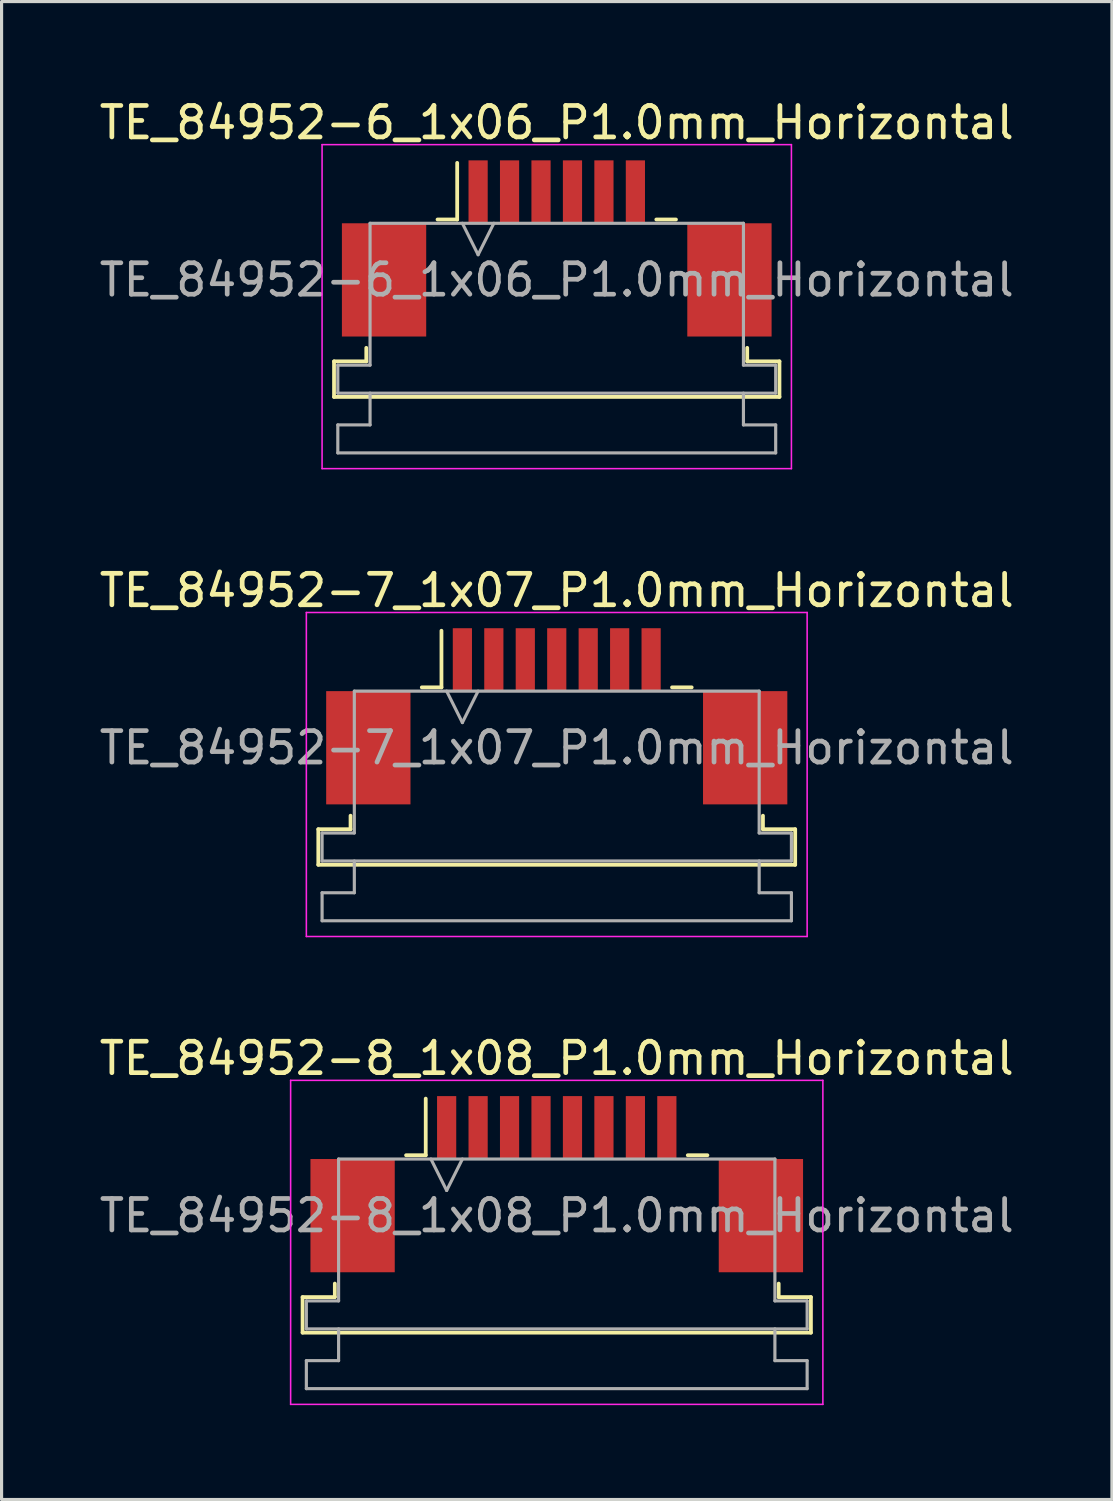
<source format=kicad_pcb>
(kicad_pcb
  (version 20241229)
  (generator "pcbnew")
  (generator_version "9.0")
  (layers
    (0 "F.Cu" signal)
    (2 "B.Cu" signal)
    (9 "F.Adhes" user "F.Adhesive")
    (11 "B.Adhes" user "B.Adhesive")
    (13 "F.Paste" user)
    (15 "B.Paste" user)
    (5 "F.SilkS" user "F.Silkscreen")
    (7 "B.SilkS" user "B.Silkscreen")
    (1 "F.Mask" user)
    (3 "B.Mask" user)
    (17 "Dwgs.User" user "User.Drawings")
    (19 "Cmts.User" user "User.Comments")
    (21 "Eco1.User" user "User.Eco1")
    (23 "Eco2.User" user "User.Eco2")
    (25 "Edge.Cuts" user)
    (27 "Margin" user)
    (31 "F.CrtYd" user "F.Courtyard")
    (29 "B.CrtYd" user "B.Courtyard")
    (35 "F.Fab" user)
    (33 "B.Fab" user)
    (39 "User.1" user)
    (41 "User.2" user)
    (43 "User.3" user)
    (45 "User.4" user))
  (footprint "TE_84952-8_1x08_P1.0mm_Horizontal"
    (layer "F.Cu")
    (at 14.649 34.595)
    (property "Reference" "TE_84952-8_1x08_P1.0mm_Horizontal" (at 0 -4 0) (layer "F.SilkS") (effects (font (size 1 1) (thickness 0.15))))
    (attr smd)
    (fp_line (start -8.08 3.59) (end -7.055 3.59) (stroke (width 0.12) (type solid)) (layer "F.SilkS"))
    (fp_line (start -8.08 4.72) (end -8.08 3.59) (stroke (width 0.12) (type solid)) (layer "F.SilkS"))
    (fp_line (start -7.055 3.59) (end -7.055 3.16) (stroke (width 0.12) (type solid)) (layer "F.SilkS"))
    (fp_line (start -4.79 -0.92) (end -4.165 -0.92) (stroke (width 0.12) (type solid)) (layer "F.SilkS"))
    (fp_line (start -4.165 -0.92) (end -4.165 -2.72) (stroke (width 0.12) (type solid)) (layer "F.SilkS"))
    (fp_line (start 4.165 -0.92) (end 4.79 -0.92) (stroke (width 0.12) (type solid)) (layer "F.SilkS"))
    (fp_line (start 7.055 3.16) (end 7.055 3.59) (stroke (width 0.12) (type solid)) (layer "F.SilkS"))
    (fp_line (start 7.055 3.59) (end 8.08 3.59) (stroke (width 0.12) (type solid)) (layer "F.SilkS"))
    (fp_line (start 8.08 3.59) (end 8.08 4.72) (stroke (width 0.12) (type solid)) (layer "F.SilkS"))
    (fp_line (start 8.08 4.72) (end -8.08 4.72) (stroke (width 0.12) (type solid)) (layer "F.SilkS"))
    (fp_line (start -8.46 -3.3) (end -8.46 7) (stroke (width 0.05) (type solid)) (layer "F.CrtYd"))
    (fp_line (start -8.46 7) (end 8.46 7) (stroke (width 0.05) (type solid)) (layer "F.CrtYd"))
    (fp_line (start 8.46 -3.3) (end -8.46 -3.3) (stroke (width 0.05) (type solid)) (layer "F.CrtYd"))
    (fp_line (start 8.46 7) (end 8.46 -3.3) (stroke (width 0.05) (type solid)) (layer "F.CrtYd"))
    (fp_line (start -7.96 3.71) (end -6.935 3.71) (stroke (width 0.1) (type solid)) (layer "F.Fab"))
    (fp_line (start -7.96 4.6) (end -7.96 3.71) (stroke (width 0.1) (type solid)) (layer "F.Fab"))
    (fp_line (start -7.96 5.61) (end -6.935 5.61) (stroke (width 0.1) (type solid)) (layer "F.Fab"))
    (fp_line (start -7.96 6.5) (end -7.96 5.61) (stroke (width 0.1) (type solid)) (layer "F.Fab"))
    (fp_line (start -6.935 -0.8) (end 6.935 -0.8) (stroke (width 0.1) (type solid)) (layer "F.Fab"))
    (fp_line (start -6.935 3.71) (end -6.935 -0.8) (stroke (width 0.1) (type solid)) (layer "F.Fab"))
    (fp_line (start -6.935 5.61) (end -6.935 4.6) (stroke (width 0.1) (type solid)) (layer "F.Fab"))
    (fp_line (start -4 -0.8) (end -3.5 0.2) (stroke (width 0.1) (type solid)) (layer "F.Fab"))
    (fp_line (start -3.5 0.2) (end -3 -0.8) (stroke (width 0.1) (type solid)) (layer "F.Fab"))
    (fp_line (start 6.935 -0.8) (end 6.935 3.71) (stroke (width 0.1) (type solid)) (layer "F.Fab"))
    (fp_line (start 6.935 3.71) (end 7.96 3.71) (stroke (width 0.1) (type solid)) (layer "F.Fab"))
    (fp_line (start 6.935 4.6) (end 6.935 5.61) (stroke (width 0.1) (type solid)) (layer "F.Fab"))
    (fp_line (start 6.935 5.61) (end 7.96 5.61) (stroke (width 0.1) (type solid)) (layer "F.Fab"))
    (fp_line (start 7.96 3.71) (end 7.96 4.6) (stroke (width 0.1) (type solid)) (layer "F.Fab"))
    (fp_line (start 7.96 4.6) (end -7.96 4.6) (stroke (width 0.1) (type solid)) (layer "F.Fab"))
    (fp_line (start 7.96 5.61) (end 7.96 6.5) (stroke (width 0.1) (type solid)) (layer "F.Fab"))
    (fp_line (start 7.96 6.5) (end -7.96 6.5) (stroke (width 0.1) (type solid)) (layer "F.Fab"))
    (fp_text user "${REFERENCE}" (at 0 1 0) (layer "F.Fab") (effects (font (size 1 1) (thickness 0.15))))
    (pad "" smd rect (at -6.49 1) (size 2.68 3.6) (layers "F.Cu" "F.Mask" "F.Paste"))
    (pad "" smd rect (at 6.49 1) (size 2.68 3.6) (layers "F.Cu" "F.Mask" "F.Paste"))
    (pad "1" smd rect (at -3.5 -1.8) (size 0.61 2) (layers "F.Cu" "F.Mask" "F.Paste"))
    (pad "2" smd rect (at -2.5 -1.8) (size 0.61 2) (layers "F.Cu" "F.Mask" "F.Paste"))
    (pad "3" smd rect (at -1.5 -1.8) (size 0.61 2) (layers "F.Cu" "F.Mask" "F.Paste"))
    (pad "4" smd rect (at -0.5 -1.8) (size 0.61 2) (layers "F.Cu" "F.Mask" "F.Paste"))
    (pad "5" smd rect (at 0.5 -1.8) (size 0.61 2) (layers "F.Cu" "F.Mask" "F.Paste"))
    (pad "6" smd rect (at 1.5 -1.8) (size 0.61 2) (layers "F.Cu" "F.Mask" "F.Paste"))
    (pad "7" smd rect (at 2.5 -1.8) (size 0.61 2) (layers "F.Cu" "F.Mask" "F.Paste"))
    (pad "8" smd rect (at 3.5 -1.8) (size 0.61 2) (layers "F.Cu" "F.Mask" "F.Paste")))
  (footprint "TE_84952-6_1x06_P1.0mm_Horizontal"
    (layer "F.Cu")
    (at 14.649 4.848)
    (property "Reference" "TE_84952-6_1x06_P1.0mm_Horizontal" (at 0 -4 0) (layer "F.SilkS") (effects (font (size 1 1) (thickness 0.15))))
    (attr smd)
    (fp_line (start -7.08 3.59) (end -6.055 3.59) (stroke (width 0.12) (type solid)) (layer "F.SilkS"))
    (fp_line (start -7.08 4.72) (end -7.08 3.59) (stroke (width 0.12) (type solid)) (layer "F.SilkS"))
    (fp_line (start -6.055 3.59) (end -6.055 3.16) (stroke (width 0.12) (type solid)) (layer "F.SilkS"))
    (fp_line (start -3.79 -0.92) (end -3.165 -0.92) (stroke (width 0.12) (type solid)) (layer "F.SilkS"))
    (fp_line (start -3.165 -0.92) (end -3.165 -2.72) (stroke (width 0.12) (type solid)) (layer "F.SilkS"))
    (fp_line (start 3.165 -0.92) (end 3.79 -0.92) (stroke (width 0.12) (type solid)) (layer "F.SilkS"))
    (fp_line (start 6.055 3.16) (end 6.055 3.59) (stroke (width 0.12) (type solid)) (layer "F.SilkS"))
    (fp_line (start 6.055 3.59) (end 7.08 3.59) (stroke (width 0.12) (type solid)) (layer "F.SilkS"))
    (fp_line (start 7.08 3.59) (end 7.08 4.72) (stroke (width 0.12) (type solid)) (layer "F.SilkS"))
    (fp_line (start 7.08 4.72) (end -7.08 4.72) (stroke (width 0.12) (type solid)) (layer "F.SilkS"))
    (fp_line (start -7.46 -3.3) (end -7.46 7) (stroke (width 0.05) (type solid)) (layer "F.CrtYd"))
    (fp_line (start -7.46 7) (end 7.46 7) (stroke (width 0.05) (type solid)) (layer "F.CrtYd"))
    (fp_line (start 7.46 -3.3) (end -7.46 -3.3) (stroke (width 0.05) (type solid)) (layer "F.CrtYd"))
    (fp_line (start 7.46 7) (end 7.46 -3.3) (stroke (width 0.05) (type solid)) (layer "F.CrtYd"))
    (fp_line (start -6.96 3.71) (end -5.935 3.71) (stroke (width 0.1) (type solid)) (layer "F.Fab"))
    (fp_line (start -6.96 4.6) (end -6.96 3.71) (stroke (width 0.1) (type solid)) (layer "F.Fab"))
    (fp_line (start -6.96 5.61) (end -5.935 5.61) (stroke (width 0.1) (type solid)) (layer "F.Fab"))
    (fp_line (start -6.96 6.5) (end -6.96 5.61) (stroke (width 0.1) (type solid)) (layer "F.Fab"))
    (fp_line (start -5.935 -0.8) (end 5.935 -0.8) (stroke (width 0.1) (type solid)) (layer "F.Fab"))
    (fp_line (start -5.935 3.71) (end -5.935 -0.8) (stroke (width 0.1) (type solid)) (layer "F.Fab"))
    (fp_line (start -5.935 5.61) (end -5.935 4.6) (stroke (width 0.1) (type solid)) (layer "F.Fab"))
    (fp_line (start -3 -0.8) (end -2.5 0.2) (stroke (width 0.1) (type solid)) (layer "F.Fab"))
    (fp_line (start -2.5 0.2) (end -2 -0.8) (stroke (width 0.1) (type solid)) (layer "F.Fab"))
    (fp_line (start 5.935 -0.8) (end 5.935 3.71) (stroke (width 0.1) (type solid)) (layer "F.Fab"))
    (fp_line (start 5.935 3.71) (end 6.96 3.71) (stroke (width 0.1) (type solid)) (layer "F.Fab"))
    (fp_line (start 5.935 4.6) (end 5.935 5.61) (stroke (width 0.1) (type solid)) (layer "F.Fab"))
    (fp_line (start 5.935 5.61) (end 6.96 5.61) (stroke (width 0.1) (type solid)) (layer "F.Fab"))
    (fp_line (start 6.96 3.71) (end 6.96 4.6) (stroke (width 0.1) (type solid)) (layer "F.Fab"))
    (fp_line (start 6.96 4.6) (end -6.96 4.6) (stroke (width 0.1) (type solid)) (layer "F.Fab"))
    (fp_line (start 6.96 5.61) (end 6.96 6.5) (stroke (width 0.1) (type solid)) (layer "F.Fab"))
    (fp_line (start 6.96 6.5) (end -6.96 6.5) (stroke (width 0.1) (type solid)) (layer "F.Fab"))
    (fp_text user "${REFERENCE}" (at 0 1 0) (layer "F.Fab") (effects (font (size 1 1) (thickness 0.15))))
    (pad "" smd rect (at -5.49 1) (size 2.68 3.6) (layers "F.Cu" "F.Mask" "F.Paste"))
    (pad "" smd rect (at 5.49 1) (size 2.68 3.6) (layers "F.Cu" "F.Mask" "F.Paste"))
    (pad "1" smd rect (at -2.5 -1.8) (size 0.61 2) (layers "F.Cu" "F.Mask" "F.Paste"))
    (pad "2" smd rect (at -1.5 -1.8) (size 0.61 2) (layers "F.Cu" "F.Mask" "F.Paste"))
    (pad "3" smd rect (at -0.5 -1.8) (size 0.61 2) (layers "F.Cu" "F.Mask" "F.Paste"))
    (pad "4" smd rect (at 0.5 -1.8) (size 0.61 2) (layers "F.Cu" "F.Mask" "F.Paste"))
    (pad "5" smd rect (at 1.5 -1.8) (size 0.61 2) (layers "F.Cu" "F.Mask" "F.Paste"))
    (pad "6" smd rect (at 2.5 -1.8) (size 0.61 2) (layers "F.Cu" "F.Mask" "F.Paste")))
  (footprint "TE_84952-7_1x07_P1.0mm_Horizontal"
    (layer "F.Cu")
    (at 14.649 19.721)
    (property "Reference" "TE_84952-7_1x07_P1.0mm_Horizontal" (at 0 -4 0) (layer "F.SilkS") (effects (font (size 1 1) (thickness 0.15))))
    (attr smd)
    (fp_line (start -7.58 3.59) (end -6.555 3.59) (stroke (width 0.12) (type solid)) (layer "F.SilkS"))
    (fp_line (start -7.58 4.72) (end -7.58 3.59) (stroke (width 0.12) (type solid)) (layer "F.SilkS"))
    (fp_line (start -6.555 3.59) (end -6.555 3.16) (stroke (width 0.12) (type solid)) (layer "F.SilkS"))
    (fp_line (start -4.29 -0.92) (end -3.665 -0.92) (stroke (width 0.12) (type solid)) (layer "F.SilkS"))
    (fp_line (start -3.665 -0.92) (end -3.665 -2.72) (stroke (width 0.12) (type solid)) (layer "F.SilkS"))
    (fp_line (start 3.665 -0.92) (end 4.29 -0.92) (stroke (width 0.12) (type solid)) (layer "F.SilkS"))
    (fp_line (start 6.555 3.16) (end 6.555 3.59) (stroke (width 0.12) (type solid)) (layer "F.SilkS"))
    (fp_line (start 6.555 3.59) (end 7.58 3.59) (stroke (width 0.12) (type solid)) (layer "F.SilkS"))
    (fp_line (start 7.58 3.59) (end 7.58 4.72) (stroke (width 0.12) (type solid)) (layer "F.SilkS"))
    (fp_line (start 7.58 4.72) (end -7.58 4.72) (stroke (width 0.12) (type solid)) (layer "F.SilkS"))
    (fp_line (start -7.96 -3.3) (end -7.96 7) (stroke (width 0.05) (type solid)) (layer "F.CrtYd"))
    (fp_line (start -7.96 7) (end 7.96 7) (stroke (width 0.05) (type solid)) (layer "F.CrtYd"))
    (fp_line (start 7.96 -3.3) (end -7.96 -3.3) (stroke (width 0.05) (type solid)) (layer "F.CrtYd"))
    (fp_line (start 7.96 7) (end 7.96 -3.3) (stroke (width 0.05) (type solid)) (layer "F.CrtYd"))
    (fp_line (start -7.46 3.71) (end -6.435 3.71) (stroke (width 0.1) (type solid)) (layer "F.Fab"))
    (fp_line (start -7.46 4.6) (end -7.46 3.71) (stroke (width 0.1) (type solid)) (layer "F.Fab"))
    (fp_line (start -7.46 5.61) (end -6.435 5.61) (stroke (width 0.1) (type solid)) (layer "F.Fab"))
    (fp_line (start -7.46 6.5) (end -7.46 5.61) (stroke (width 0.1) (type solid)) (layer "F.Fab"))
    (fp_line (start -6.435 -0.8) (end 6.435 -0.8) (stroke (width 0.1) (type solid)) (layer "F.Fab"))
    (fp_line (start -6.435 3.71) (end -6.435 -0.8) (stroke (width 0.1) (type solid)) (layer "F.Fab"))
    (fp_line (start -6.435 5.61) (end -6.435 4.6) (stroke (width 0.1) (type solid)) (layer "F.Fab"))
    (fp_line (start -3.5 -0.8) (end -3 0.2) (stroke (width 0.1) (type solid)) (layer "F.Fab"))
    (fp_line (start -3 0.2) (end -2.5 -0.8) (stroke (width 0.1) (type solid)) (layer "F.Fab"))
    (fp_line (start 6.435 -0.8) (end 6.435 3.71) (stroke (width 0.1) (type solid)) (layer "F.Fab"))
    (fp_line (start 6.435 3.71) (end 7.46 3.71) (stroke (width 0.1) (type solid)) (layer "F.Fab"))
    (fp_line (start 6.435 4.6) (end 6.435 5.61) (stroke (width 0.1) (type solid)) (layer "F.Fab"))
    (fp_line (start 6.435 5.61) (end 7.46 5.61) (stroke (width 0.1) (type solid)) (layer "F.Fab"))
    (fp_line (start 7.46 3.71) (end 7.46 4.6) (stroke (width 0.1) (type solid)) (layer "F.Fab"))
    (fp_line (start 7.46 4.6) (end -7.46 4.6) (stroke (width 0.1) (type solid)) (layer "F.Fab"))
    (fp_line (start 7.46 5.61) (end 7.46 6.5) (stroke (width 0.1) (type solid)) (layer "F.Fab"))
    (fp_line (start 7.46 6.5) (end -7.46 6.5) (stroke (width 0.1) (type solid)) (layer "F.Fab"))
    (fp_text user "${REFERENCE}" (at 0 1 0) (layer "F.Fab") (effects (font (size 1 1) (thickness 0.15))))
    (pad "" smd rect (at -5.99 1) (size 2.68 3.6) (layers "F.Cu" "F.Mask" "F.Paste"))
    (pad "" smd rect (at 5.99 1) (size 2.68 3.6) (layers "F.Cu" "F.Mask" "F.Paste"))
    (pad "1" smd rect (at -3 -1.8) (size 0.61 2) (layers "F.Cu" "F.Mask" "F.Paste"))
    (pad "2" smd rect (at -2 -1.8) (size 0.61 2) (layers "F.Cu" "F.Mask" "F.Paste"))
    (pad "3" smd rect (at -1 -1.8) (size 0.61 2) (layers "F.Cu" "F.Mask" "F.Paste"))
    (pad "4" smd rect (at 0 -1.8) (size 0.61 2) (layers "F.Cu" "F.Mask" "F.Paste"))
    (pad "5" smd rect (at 1 -1.8) (size 0.61 2) (layers "F.Cu" "F.Mask" "F.Paste"))
    (pad "6" smd rect (at 2 -1.8) (size 0.61 2) (layers "F.Cu" "F.Mask" "F.Paste"))
    (pad "7" smd rect (at 3 -1.8) (size 0.61 2) (layers "F.Cu" "F.Mask" "F.Paste")))
  (gr_rect
    (start -3 -3)
    (end 32.298 44.62)
    (stroke (width 0.1) (type default))
    (fill no)
    (layer "Edge.Cuts")))
</source>
